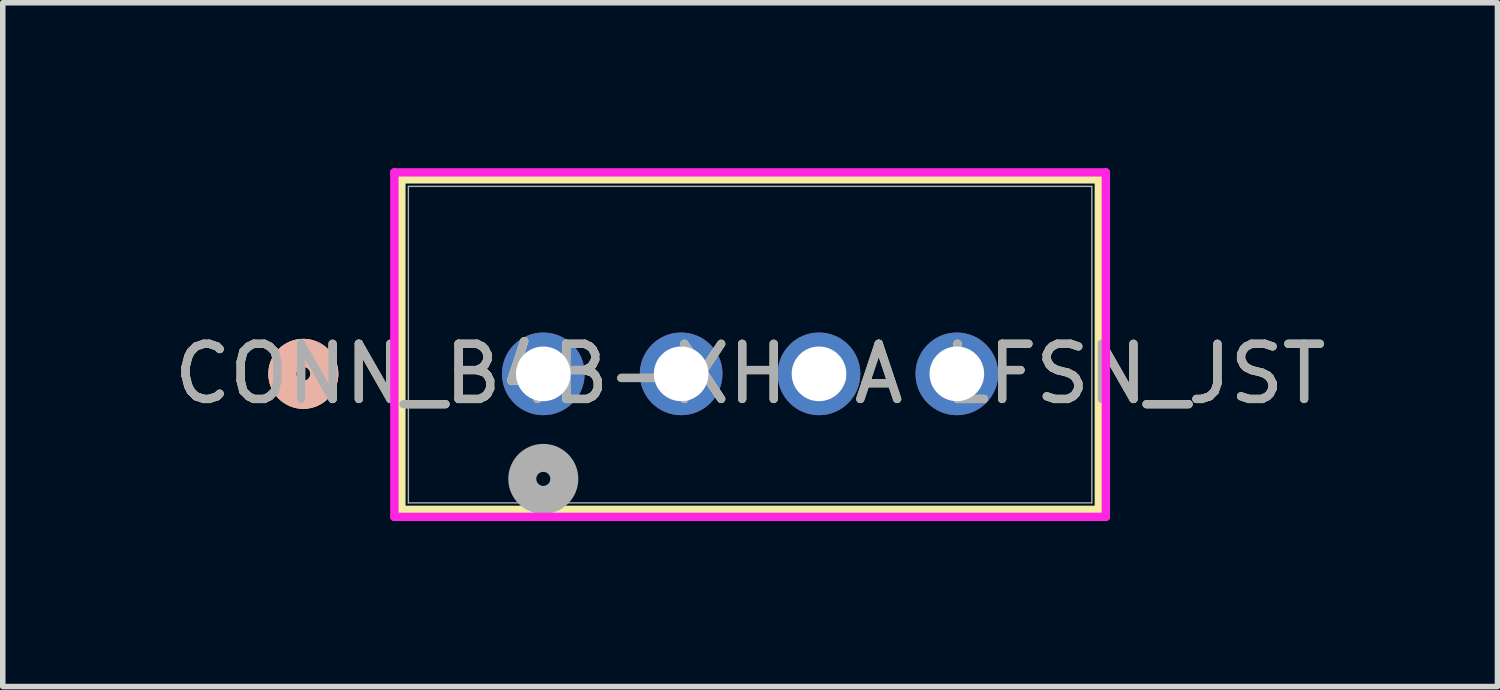
<source format=kicad_pcb>
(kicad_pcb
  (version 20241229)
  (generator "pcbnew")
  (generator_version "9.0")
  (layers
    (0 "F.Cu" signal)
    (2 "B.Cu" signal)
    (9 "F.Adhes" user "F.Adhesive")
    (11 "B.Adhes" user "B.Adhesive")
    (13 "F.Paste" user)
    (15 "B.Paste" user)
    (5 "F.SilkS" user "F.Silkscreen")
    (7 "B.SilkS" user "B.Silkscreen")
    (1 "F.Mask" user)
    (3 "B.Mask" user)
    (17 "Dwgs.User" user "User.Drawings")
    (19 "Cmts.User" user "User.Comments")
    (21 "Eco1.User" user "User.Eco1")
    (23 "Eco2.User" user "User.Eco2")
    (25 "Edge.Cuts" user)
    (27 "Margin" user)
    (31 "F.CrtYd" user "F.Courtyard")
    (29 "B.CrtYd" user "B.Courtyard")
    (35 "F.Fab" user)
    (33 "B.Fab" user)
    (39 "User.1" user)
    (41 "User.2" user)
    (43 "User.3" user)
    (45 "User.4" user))
  (footprint "CONN_B4B-XH-A LFSN_JST"
    (layer "F.Cu")
    (at 6.803 3.73)
    (property "Reference" "CONN_B4B-XH-A LFSN_JST" (at 3.75 0 0) (unlocked yes) (layer "F.SilkS") (effects (font (size 1 1) (thickness 0.15))))
    (attr through_hole)
    (fp_line (start -2.574 -3.527) (end -2.574 2.467) (stroke (width 0.152) (type solid)) (layer "F.SilkS"))
    (fp_line (start -2.574 2.467) (end 10.075 2.467) (stroke (width 0.152) (type solid)) (layer "F.SilkS"))
    (fp_line (start 10.075 -3.527) (end -2.574 -3.527) (stroke (width 0.152) (type solid)) (layer "F.SilkS"))
    (fp_line (start 10.075 2.467) (end 10.075 -3.527) (stroke (width 0.152) (type solid)) (layer "F.SilkS"))
    (fp_circle (center -4.352 0) (end -3.971 0) (stroke (width 0.508) (type solid)) (fill no) (layer "F.SilkS"))
    (fp_circle (center -4.352 0) (end -3.971 0) (stroke (width 0.508) (type solid)) (fill no) (layer "B.SilkS"))
    (fp_line (start -2.701 -3.654) (end -2.701 2.594) (stroke (width 0.152) (type solid)) (layer "F.CrtYd"))
    (fp_line (start -2.701 2.594) (end 10.202 2.594) (stroke (width 0.152) (type solid)) (layer "F.CrtYd"))
    (fp_line (start 10.202 -3.654) (end -2.701 -3.654) (stroke (width 0.152) (type solid)) (layer "F.CrtYd"))
    (fp_line (start 10.202 2.594) (end 10.202 -3.654) (stroke (width 0.152) (type solid)) (layer "F.CrtYd"))
    (fp_line (start -2.447 -3.4) (end -2.447 2.34) (stroke (width 0.025) (type solid)) (layer "F.Fab"))
    (fp_line (start -2.447 2.34) (end 9.948 2.34) (stroke (width 0.025) (type solid)) (layer "F.Fab"))
    (fp_line (start 9.948 -3.4) (end -2.447 -3.4) (stroke (width 0.025) (type solid)) (layer "F.Fab"))
    (fp_line (start 9.948 2.34) (end 9.948 -3.4) (stroke (width 0.025) (type solid)) (layer "F.Fab"))
    (fp_circle (center 0 1.905) (end 0.381 1.905) (stroke (width 0.508) (type solid)) (fill no) (layer "F.Fab"))
    (fp_text user "${REFERENCE}" (at 3.75 0 0) (unlocked yes) (layer "F.Fab") (effects (font (size 1 1) (thickness 0.15))))
    (pad "1" thru_hole circle (at 0 0) (size 1.499 1.499) (drill 0.991) (layers "*.Cu" "*.Mask"))
    (pad "2" thru_hole circle (at 2.5 0) (size 1.499 1.499) (drill 0.991) (layers "*.Cu" "*.Mask"))
    (pad "3" thru_hole circle (at 5 0) (size 1.499 1.499) (drill 0.991) (layers "*.Cu" "*.Mask"))
    (pad "4" thru_hole circle (at 7.5 0) (size 1.499 1.499) (drill 0.991) (layers "*.Cu" "*.Mask")))
  (gr_rect
    (start -3 -3)
    (end 24.107 9.401)
    (stroke (width 0.1) (type default))
    (fill no)
    (layer "Edge.Cuts")))
</source>
